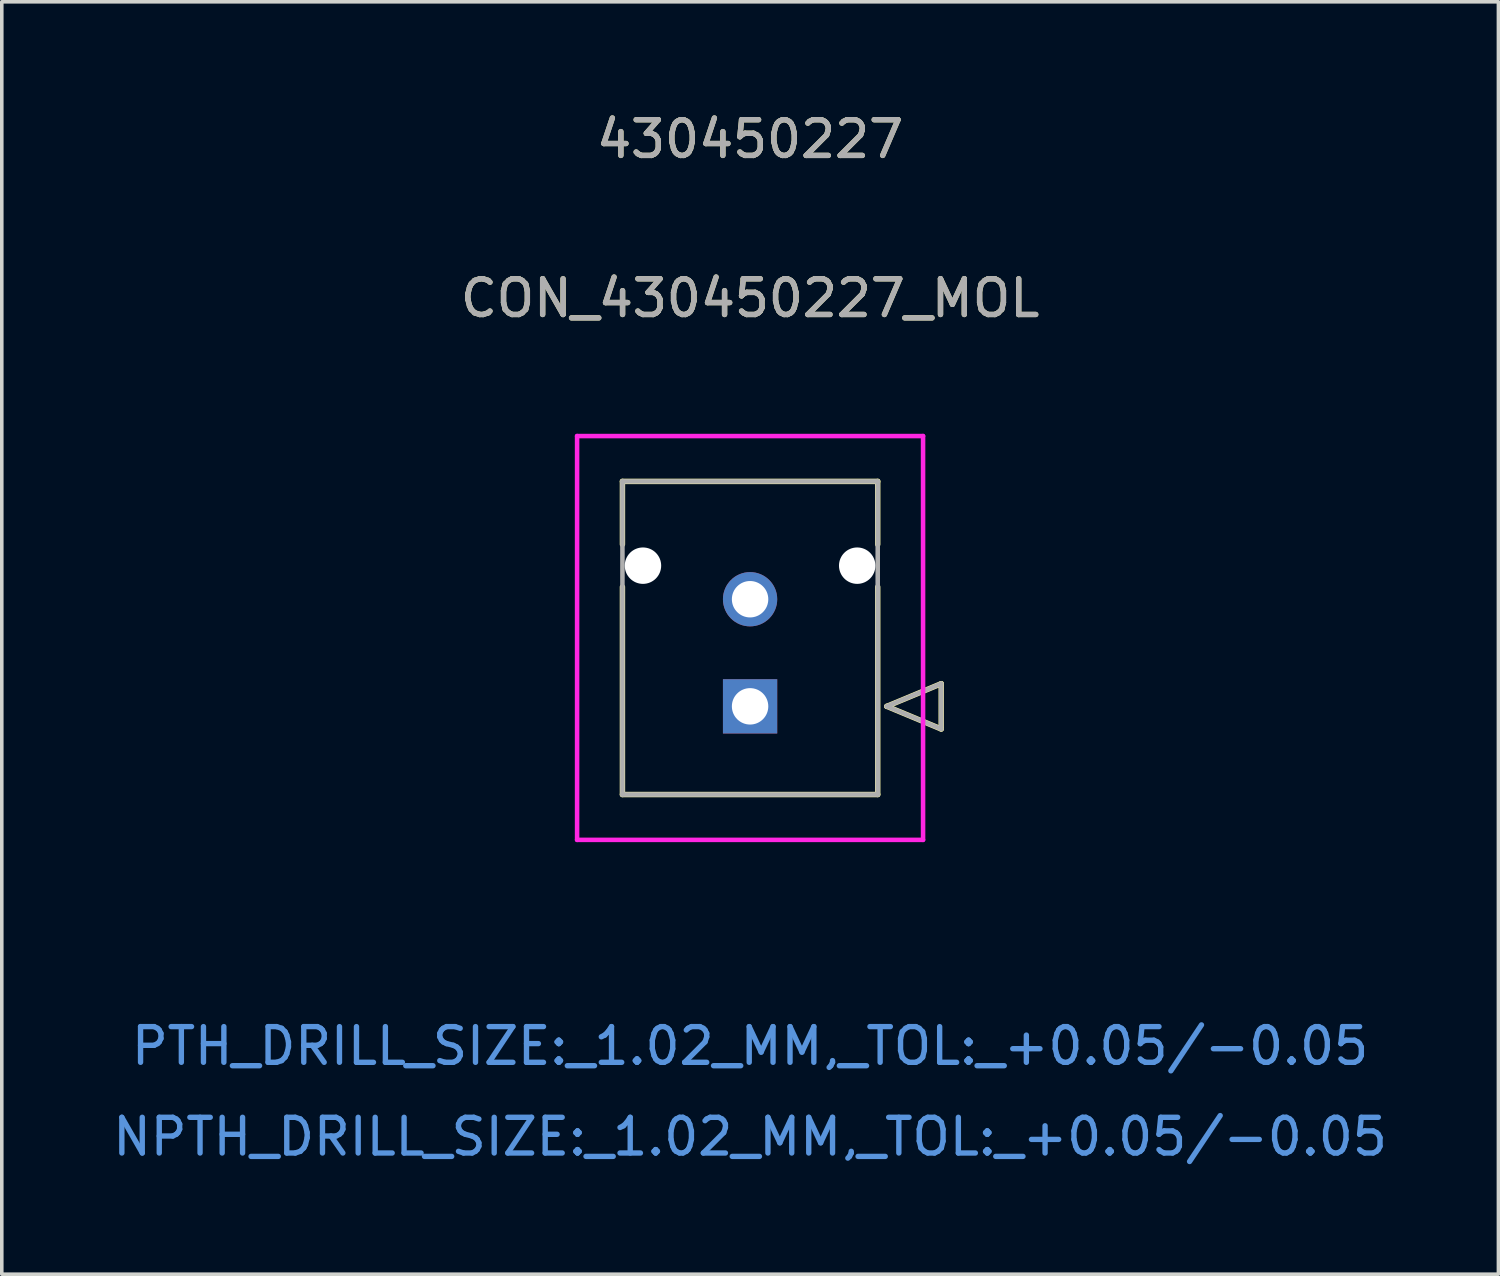
<source format=kicad_pcb>
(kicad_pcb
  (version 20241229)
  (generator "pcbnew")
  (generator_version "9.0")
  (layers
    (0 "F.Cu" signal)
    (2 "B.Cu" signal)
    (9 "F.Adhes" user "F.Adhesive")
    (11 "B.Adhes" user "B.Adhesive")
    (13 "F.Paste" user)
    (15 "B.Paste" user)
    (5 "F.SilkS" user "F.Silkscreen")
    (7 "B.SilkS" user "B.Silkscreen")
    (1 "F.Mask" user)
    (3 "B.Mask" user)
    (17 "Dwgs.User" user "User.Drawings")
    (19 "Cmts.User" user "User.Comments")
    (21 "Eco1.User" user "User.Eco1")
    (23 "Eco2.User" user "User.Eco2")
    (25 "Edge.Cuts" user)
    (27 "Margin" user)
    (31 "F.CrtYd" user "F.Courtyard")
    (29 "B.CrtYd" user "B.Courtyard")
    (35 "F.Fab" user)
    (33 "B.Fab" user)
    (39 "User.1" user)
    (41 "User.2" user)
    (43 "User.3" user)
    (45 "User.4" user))
  (footprint "CON_430450227_MOL"
    (layer "F.Cu")
    (at 17.958 16.733)
    (property "Reference" "CON_430450227_MOL" (at 0 -11.43 0) (unlocked yes) (layer "F.SilkS") (effects (font (size 1 1) (thickness 0.15))))
    (attr through_hole)
    (fp_line (start -3.575 -6.3) (end -3.575 -4.535) (stroke (width 0.152) (type solid)) (layer "F.SilkS"))
    (fp_line (start -3.575 -3.345) (end -3.575 2.47) (stroke (width 0.152) (type solid)) (layer "F.SilkS"))
    (fp_line (start -3.575 2.47) (end 3.575 2.47) (stroke (width 0.152) (type solid)) (layer "F.SilkS"))
    (fp_line (start 3.575 -6.3) (end -3.575 -6.3) (stroke (width 0.152) (type solid)) (layer "F.SilkS"))
    (fp_line (start 3.575 -4.535) (end 3.575 -6.3) (stroke (width 0.152) (type solid)) (layer "F.SilkS"))
    (fp_line (start 3.575 2.47) (end 3.575 -3.345) (stroke (width 0.152) (type solid)) (layer "F.SilkS"))
    (fp_line (start 3.829 0) (end 5.353 -0.635) (stroke (width 0.152) (type solid)) (layer "F.SilkS"))
    (fp_line (start 5.353 -0.635) (end 5.353 0.635) (stroke (width 0.152) (type solid)) (layer "F.SilkS"))
    (fp_line (start 5.353 0.635) (end 3.829 0) (stroke (width 0.152) (type solid)) (layer "F.SilkS"))
    (fp_line (start -4.845 -7.57) (end -4.845 3.74) (stroke (width 0.127) (type solid)) (layer "F.CrtYd"))
    (fp_line (start -4.845 3.74) (end 4.845 3.74) (stroke (width 0.127) (type solid)) (layer "F.CrtYd"))
    (fp_line (start 4.845 -7.57) (end -4.845 -7.57) (stroke (width 0.127) (type solid)) (layer "F.CrtYd"))
    (fp_line (start 4.845 3.74) (end 4.845 -7.57) (stroke (width 0.127) (type solid)) (layer "F.CrtYd"))
    (fp_line (start -3.575 -6.3) (end -3.575 2.47) (stroke (width 0.127) (type solid)) (layer "F.Fab"))
    (fp_line (start -3.575 2.47) (end 3.575 2.47) (stroke (width 0.127) (type solid)) (layer "F.Fab"))
    (fp_line (start 3.575 -6.3) (end -3.575 -6.3) (stroke (width 0.127) (type solid)) (layer "F.Fab"))
    (fp_line (start 3.575 2.47) (end 3.575 -6.3) (stroke (width 0.127) (type solid)) (layer "F.Fab"))
    (fp_line (start 3.829 0) (end 5.353 -0.635) (stroke (width 0.127) (type solid)) (layer "F.Fab"))
    (fp_line (start 5.353 -0.635) (end 5.353 0.635) (stroke (width 0.127) (type solid)) (layer "F.Fab"))
    (fp_line (start 5.353 0.635) (end 3.829 0) (stroke (width 0.127) (type solid)) (layer "F.Fab"))
    (fp_text user "430450227" (at 0 -15.885 0) (unlocked yes) (layer "F.SilkS") (effects (font (size 1 1) (thickness 0.15))))
    (fp_text user "PTH_DRILL_SIZE:_1.02_MM,_TOL:_+0.05/-0.05" (at 0 9.515 0) (unlocked yes) (layer "Cmts.User") (effects (font (size 1 1) (thickness 0.15))))
    (fp_text user "NPTH_DRILL_SIZE:_1.02_MM,_TOL:_+0.05/-0.05" (at 0 12.055 0) (unlocked yes) (layer "Cmts.User") (effects (font (size 1 1) (thickness 0.15))))
    (fp_text user "${REFERENCE}" (at 0 -11.43 0) (unlocked yes) (layer "F.Fab") (effects (font (size 1 1) (thickness 0.15))))
    (fp_text user "430450227" (at 0 -15.885 0) (unlocked yes) (layer "F.Fab") (effects (font (size 1 1) (thickness 0.15))))
    (pad "" np_thru_hole circle (at -3 -3.94) (size 1.02 1.02) (drill 1.02) (layers "*.Cu" "*.Mask"))
    (pad "" np_thru_hole circle (at 3 -3.94) (size 1.02 1.02) (drill 1.02) (layers "*.Cu" "*.Mask"))
    (pad "1" thru_hole rect (at 0 0) (size 1.52 1.52) (drill 1.02) (layers "*.Cu" "*.Mask"))
    (pad "2" thru_hole circle (at 0 -3) (size 1.52 1.52) (drill 1.02) (layers "*.Cu" "*.Mask")))
  (gr_rect
    (start -3 -3)
    (end 38.917 32.637)
    (stroke (width 0.1) (type default))
    (fill no)
    (layer "Edge.Cuts")))
</source>
